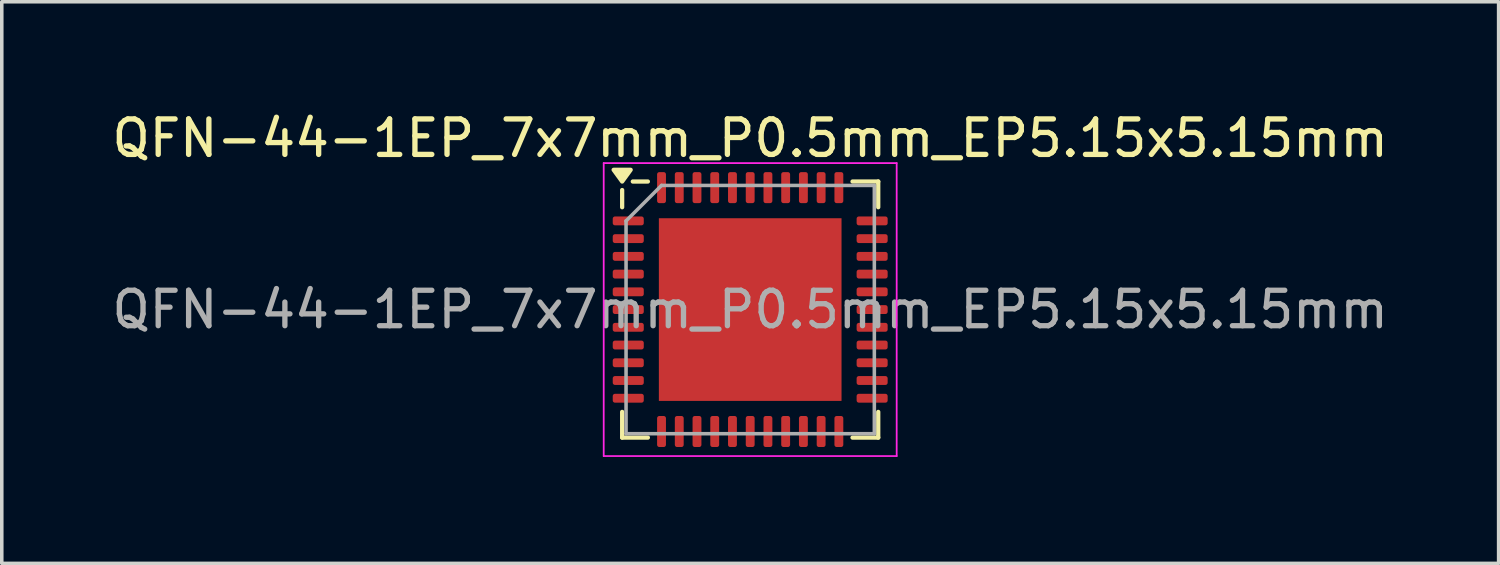
<source format=kicad_pcb>
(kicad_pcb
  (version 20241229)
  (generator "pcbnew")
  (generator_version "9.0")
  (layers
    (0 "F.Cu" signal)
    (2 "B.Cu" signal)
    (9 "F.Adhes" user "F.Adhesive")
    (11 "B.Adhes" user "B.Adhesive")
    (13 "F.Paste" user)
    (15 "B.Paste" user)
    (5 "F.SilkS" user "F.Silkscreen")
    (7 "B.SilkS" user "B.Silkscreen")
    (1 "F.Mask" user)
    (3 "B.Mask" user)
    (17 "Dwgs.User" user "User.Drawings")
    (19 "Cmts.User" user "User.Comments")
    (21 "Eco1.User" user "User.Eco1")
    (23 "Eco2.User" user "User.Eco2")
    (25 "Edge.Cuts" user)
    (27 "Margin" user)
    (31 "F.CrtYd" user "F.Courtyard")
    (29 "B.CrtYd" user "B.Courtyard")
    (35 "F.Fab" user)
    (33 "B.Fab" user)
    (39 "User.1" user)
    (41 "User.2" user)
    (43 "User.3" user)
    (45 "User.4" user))
  (footprint "QFN-44-1EP_7x7mm_P0.5mm_EP5.15x5.15mm"
    (layer "F.Cu")
    (at 18.101 5.678)
    (property "Reference" "QFN-44-1EP_7x7mm_P0.5mm_EP5.15x5.15mm" (at 0 -4.83 0) (layer "F.SilkS") (effects (font (size 1 1) (thickness 0.15))))
    (attr smd)
    (fp_line (start -3.61 -2.885) (end -3.61 -3.37) (stroke (width 0.12) (type solid)) (layer "F.SilkS"))
    (fp_line (start -3.61 3.61) (end -3.61 2.885) (stroke (width 0.12) (type solid)) (layer "F.SilkS"))
    (fp_line (start -2.885 -3.61) (end -3.31 -3.61) (stroke (width 0.12) (type solid)) (layer "F.SilkS"))
    (fp_line (start -2.885 3.61) (end -3.61 3.61) (stroke (width 0.12) (type solid)) (layer "F.SilkS"))
    (fp_line (start 2.885 -3.61) (end 3.61 -3.61) (stroke (width 0.12) (type solid)) (layer "F.SilkS"))
    (fp_line (start 2.885 3.61) (end 3.61 3.61) (stroke (width 0.12) (type solid)) (layer "F.SilkS"))
    (fp_line (start 3.61 -3.61) (end 3.61 -2.885) (stroke (width 0.12) (type solid)) (layer "F.SilkS"))
    (fp_line (start 3.61 3.61) (end 3.61 2.885) (stroke (width 0.12) (type solid)) (layer "F.SilkS"))
    (fp_poly (pts (xy -3.61 -3.61) (xy -3.85 -3.94) (xy -3.37 -3.94) (xy -3.61 -3.61)) (stroke (width 0.12) (type solid)) (fill yes) (layer "F.SilkS"))
    (fp_line (start -4.13 -4.13) (end -4.13 4.13) (stroke (width 0.05) (type solid)) (layer "F.CrtYd"))
    (fp_line (start -4.13 4.13) (end 4.13 4.13) (stroke (width 0.05) (type solid)) (layer "F.CrtYd"))
    (fp_line (start 4.13 -4.13) (end -4.13 -4.13) (stroke (width 0.05) (type solid)) (layer "F.CrtYd"))
    (fp_line (start 4.13 4.13) (end 4.13 -4.13) (stroke (width 0.05) (type solid)) (layer "F.CrtYd"))
    (fp_line (start -3.5 -2.5) (end -2.5 -3.5) (stroke (width 0.1) (type solid)) (layer "F.Fab"))
    (fp_line (start -3.5 3.5) (end -3.5 -2.5) (stroke (width 0.1) (type solid)) (layer "F.Fab"))
    (fp_line (start -2.5 -3.5) (end 3.5 -3.5) (stroke (width 0.1) (type solid)) (layer "F.Fab"))
    (fp_line (start 3.5 -3.5) (end 3.5 3.5) (stroke (width 0.1) (type solid)) (layer "F.Fab"))
    (fp_line (start 3.5 3.5) (end -3.5 3.5) (stroke (width 0.1) (type solid)) (layer "F.Fab"))
    (fp_text user "${REFERENCE}" (at 0 0 0) (layer "F.Fab") (effects (font (size 1 1) (thickness 0.15))))
    (pad "" smd roundrect (at -1.935 -1.935) (size 1.04 1.04) (layers "F.Paste") (roundrect_rratio 0.24))
    (pad "" smd roundrect (at -1.935 -0.645) (size 1.04 1.04) (layers "F.Paste") (roundrect_rratio 0.24))
    (pad "" smd roundrect (at -1.935 0.645) (size 1.04 1.04) (layers "F.Paste") (roundrect_rratio 0.24))
    (pad "" smd roundrect (at -1.935 1.935) (size 1.04 1.04) (layers "F.Paste") (roundrect_rratio 0.24))
    (pad "" smd roundrect (at -0.645 -1.935) (size 1.04 1.04) (layers "F.Paste") (roundrect_rratio 0.24))
    (pad "" smd roundrect (at -0.645 -0.645) (size 1.04 1.04) (layers "F.Paste") (roundrect_rratio 0.24))
    (pad "" smd roundrect (at -0.645 0.645) (size 1.04 1.04) (layers "F.Paste") (roundrect_rratio 0.24))
    (pad "" smd roundrect (at -0.645 1.935) (size 1.04 1.04) (layers "F.Paste") (roundrect_rratio 0.24))
    (pad "" smd roundrect (at 0.645 -1.935) (size 1.04 1.04) (layers "F.Paste") (roundrect_rratio 0.24))
    (pad "" smd roundrect (at 0.645 -0.645) (size 1.04 1.04) (layers "F.Paste") (roundrect_rratio 0.24))
    (pad "" smd roundrect (at 0.645 0.645) (size 1.04 1.04) (layers "F.Paste") (roundrect_rratio 0.24))
    (pad "" smd roundrect (at 0.645 1.935) (size 1.04 1.04) (layers "F.Paste") (roundrect_rratio 0.24))
    (pad "" smd roundrect (at 1.935 -1.935) (size 1.04 1.04) (layers "F.Paste") (roundrect_rratio 0.24))
    (pad "" smd roundrect (at 1.935 -0.645) (size 1.04 1.04) (layers "F.Paste") (roundrect_rratio 0.24))
    (pad "" smd roundrect (at 1.935 0.645) (size 1.04 1.04) (layers "F.Paste") (roundrect_rratio 0.24))
    (pad "" smd roundrect (at 1.935 1.935) (size 1.04 1.04) (layers "F.Paste") (roundrect_rratio 0.24))
    (pad "1" smd roundrect (at -3.438 -2.5) (size 0.875 0.25) (layers "F.Cu" "F.Mask" "F.Paste") (roundrect_rratio 0.25))
    (pad "2" smd roundrect (at -3.438 -2) (size 0.875 0.25) (layers "F.Cu" "F.Mask" "F.Paste") (roundrect_rratio 0.25))
    (pad "3" smd roundrect (at -3.438 -1.5) (size 0.875 0.25) (layers "F.Cu" "F.Mask" "F.Paste") (roundrect_rratio 0.25))
    (pad "4" smd roundrect (at -3.438 -1) (size 0.875 0.25) (layers "F.Cu" "F.Mask" "F.Paste") (roundrect_rratio 0.25))
    (pad "5" smd roundrect (at -3.438 -0.5) (size 0.875 0.25) (layers "F.Cu" "F.Mask" "F.Paste") (roundrect_rratio 0.25))
    (pad "6" smd roundrect (at -3.438 0) (size 0.875 0.25) (layers "F.Cu" "F.Mask" "F.Paste") (roundrect_rratio 0.25))
    (pad "7" smd roundrect (at -3.438 0.5) (size 0.875 0.25) (layers "F.Cu" "F.Mask" "F.Paste") (roundrect_rratio 0.25))
    (pad "8" smd roundrect (at -3.438 1) (size 0.875 0.25) (layers "F.Cu" "F.Mask" "F.Paste") (roundrect_rratio 0.25))
    (pad "9" smd roundrect (at -3.438 1.5) (size 0.875 0.25) (layers "F.Cu" "F.Mask" "F.Paste") (roundrect_rratio 0.25))
    (pad "10" smd roundrect (at -3.438 2) (size 0.875 0.25) (layers "F.Cu" "F.Mask" "F.Paste") (roundrect_rratio 0.25))
    (pad "11" smd roundrect (at -3.438 2.5) (size 0.875 0.25) (layers "F.Cu" "F.Mask" "F.Paste") (roundrect_rratio 0.25))
    (pad "12" smd roundrect (at -2.5 3.438) (size 0.25 0.875) (layers "F.Cu" "F.Mask" "F.Paste") (roundrect_rratio 0.25))
    (pad "13" smd roundrect (at -2 3.438) (size 0.25 0.875) (layers "F.Cu" "F.Mask" "F.Paste") (roundrect_rratio 0.25))
    (pad "14" smd roundrect (at -1.5 3.438) (size 0.25 0.875) (layers "F.Cu" "F.Mask" "F.Paste") (roundrect_rratio 0.25))
    (pad "15" smd roundrect (at -1 3.438) (size 0.25 0.875) (layers "F.Cu" "F.Mask" "F.Paste") (roundrect_rratio 0.25))
    (pad "16" smd roundrect (at -0.5 3.438) (size 0.25 0.875) (layers "F.Cu" "F.Mask" "F.Paste") (roundrect_rratio 0.25))
    (pad "17" smd roundrect (at 0 3.438) (size 0.25 0.875) (layers "F.Cu" "F.Mask" "F.Paste") (roundrect_rratio 0.25))
    (pad "18" smd roundrect (at 0.5 3.438) (size 0.25 0.875) (layers "F.Cu" "F.Mask" "F.Paste") (roundrect_rratio 0.25))
    (pad "19" smd roundrect (at 1 3.438) (size 0.25 0.875) (layers "F.Cu" "F.Mask" "F.Paste") (roundrect_rratio 0.25))
    (pad "20" smd roundrect (at 1.5 3.438) (size 0.25 0.875) (layers "F.Cu" "F.Mask" "F.Paste") (roundrect_rratio 0.25))
    (pad "21" smd roundrect (at 2 3.438) (size 0.25 0.875) (layers "F.Cu" "F.Mask" "F.Paste") (roundrect_rratio 0.25))
    (pad "22" smd roundrect (at 2.5 3.438) (size 0.25 0.875) (layers "F.Cu" "F.Mask" "F.Paste") (roundrect_rratio 0.25))
    (pad "23" smd roundrect (at 3.438 2.5) (size 0.875 0.25) (layers "F.Cu" "F.Mask" "F.Paste") (roundrect_rratio 0.25))
    (pad "24" smd roundrect (at 3.438 2) (size 0.875 0.25) (layers "F.Cu" "F.Mask" "F.Paste") (roundrect_rratio 0.25))
    (pad "25" smd roundrect (at 3.438 1.5) (size 0.875 0.25) (layers "F.Cu" "F.Mask" "F.Paste") (roundrect_rratio 0.25))
    (pad "26" smd roundrect (at 3.438 1) (size 0.875 0.25) (layers "F.Cu" "F.Mask" "F.Paste") (roundrect_rratio 0.25))
    (pad "27" smd roundrect (at 3.438 0.5) (size 0.875 0.25) (layers "F.Cu" "F.Mask" "F.Paste") (roundrect_rratio 0.25))
    (pad "28" smd roundrect (at 3.438 0) (size 0.875 0.25) (layers "F.Cu" "F.Mask" "F.Paste") (roundrect_rratio 0.25))
    (pad "29" smd roundrect (at 3.438 -0.5) (size 0.875 0.25) (layers "F.Cu" "F.Mask" "F.Paste") (roundrect_rratio 0.25))
    (pad "30" smd roundrect (at 3.438 -1) (size 0.875 0.25) (layers "F.Cu" "F.Mask" "F.Paste") (roundrect_rratio 0.25))
    (pad "31" smd roundrect (at 3.438 -1.5) (size 0.875 0.25) (layers "F.Cu" "F.Mask" "F.Paste") (roundrect_rratio 0.25))
    (pad "32" smd roundrect (at 3.438 -2) (size 0.875 0.25) (layers "F.Cu" "F.Mask" "F.Paste") (roundrect_rratio 0.25))
    (pad "33" smd roundrect (at 3.438 -2.5) (size 0.875 0.25) (layers "F.Cu" "F.Mask" "F.Paste") (roundrect_rratio 0.25))
    (pad "34" smd roundrect (at 2.5 -3.438) (size 0.25 0.875) (layers "F.Cu" "F.Mask" "F.Paste") (roundrect_rratio 0.25))
    (pad "35" smd roundrect (at 2 -3.438) (size 0.25 0.875) (layers "F.Cu" "F.Mask" "F.Paste") (roundrect_rratio 0.25))
    (pad "36" smd roundrect (at 1.5 -3.438) (size 0.25 0.875) (layers "F.Cu" "F.Mask" "F.Paste") (roundrect_rratio 0.25))
    (pad "37" smd roundrect (at 1 -3.438) (size 0.25 0.875) (layers "F.Cu" "F.Mask" "F.Paste") (roundrect_rratio 0.25))
    (pad "38" smd roundrect (at 0.5 -3.438) (size 0.25 0.875) (layers "F.Cu" "F.Mask" "F.Paste") (roundrect_rratio 0.25))
    (pad "39" smd roundrect (at 0 -3.438) (size 0.25 0.875) (layers "F.Cu" "F.Mask" "F.Paste") (roundrect_rratio 0.25))
    (pad "40" smd roundrect (at -0.5 -3.438) (size 0.25 0.875) (layers "F.Cu" "F.Mask" "F.Paste") (roundrect_rratio 0.25))
    (pad "41" smd roundrect (at -1 -3.438) (size 0.25 0.875) (layers "F.Cu" "F.Mask" "F.Paste") (roundrect_rratio 0.25))
    (pad "42" smd roundrect (at -1.5 -3.438) (size 0.25 0.875) (layers "F.Cu" "F.Mask" "F.Paste") (roundrect_rratio 0.25))
    (pad "43" smd roundrect (at -2 -3.438) (size 0.25 0.875) (layers "F.Cu" "F.Mask" "F.Paste") (roundrect_rratio 0.25))
    (pad "44" smd roundrect (at -2.5 -3.438) (size 0.25 0.875) (layers "F.Cu" "F.Mask" "F.Paste") (roundrect_rratio 0.25))
    (pad "45" smd rect (at 0 0) (size 5.15 5.15) (property pad_prop_heatsink) (layers "F.Cu" "F.Mask")))
  (gr_rect
    (start -3 -3)
    (end 39.202 12.833)
    (stroke (width 0.1) (type default))
    (fill no)
    (layer "Edge.Cuts")))
</source>
